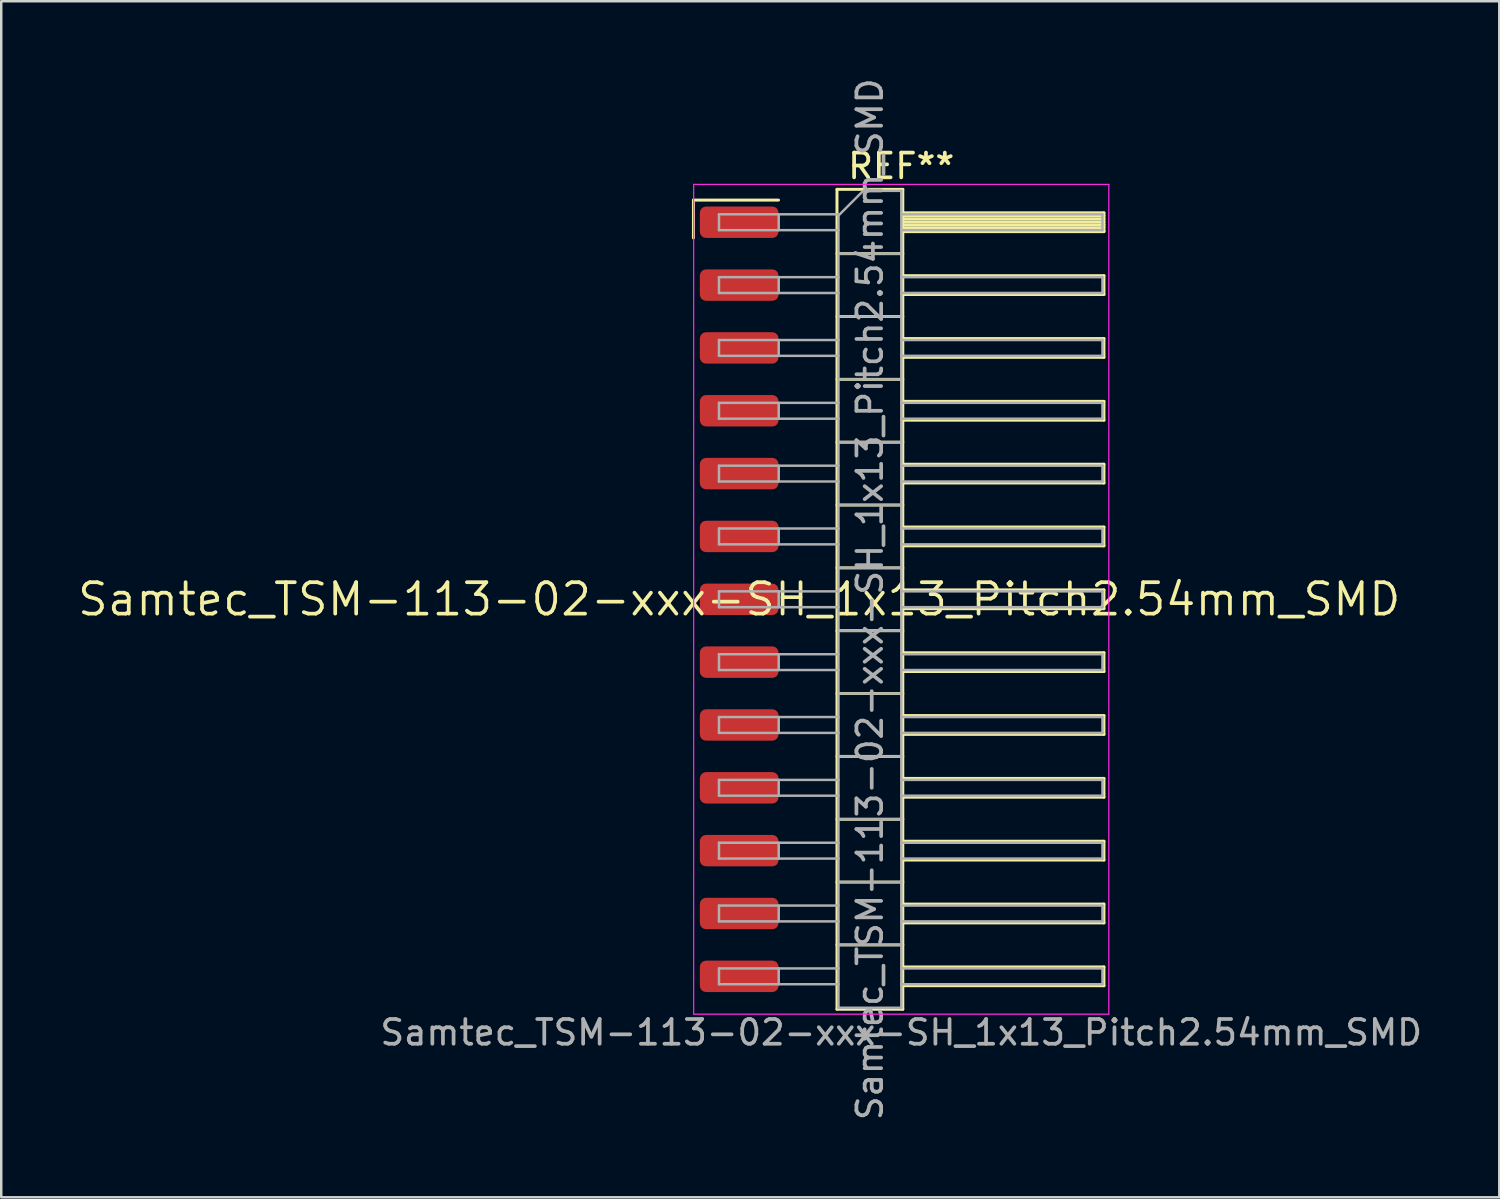
<source format=kicad_pcb>
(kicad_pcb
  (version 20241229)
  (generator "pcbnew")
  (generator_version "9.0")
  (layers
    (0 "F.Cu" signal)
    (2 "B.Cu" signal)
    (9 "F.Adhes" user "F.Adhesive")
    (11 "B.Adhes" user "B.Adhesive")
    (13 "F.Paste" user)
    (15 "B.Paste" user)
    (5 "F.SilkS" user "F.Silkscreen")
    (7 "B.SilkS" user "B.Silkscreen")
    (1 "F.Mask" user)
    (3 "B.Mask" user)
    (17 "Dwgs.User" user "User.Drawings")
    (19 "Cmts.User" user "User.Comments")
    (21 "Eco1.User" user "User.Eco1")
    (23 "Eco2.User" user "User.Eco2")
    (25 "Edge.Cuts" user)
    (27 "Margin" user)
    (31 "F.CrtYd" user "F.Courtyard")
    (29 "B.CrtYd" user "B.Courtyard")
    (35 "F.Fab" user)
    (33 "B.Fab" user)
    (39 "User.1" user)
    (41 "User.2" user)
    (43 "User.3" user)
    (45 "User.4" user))
  (footprint "Samtec_TSM-113-02-xxx-SH_1x13_Pitch2.54mm_SMD"
    (layer "F.Cu")
    (at 26.828 21.173)
    (property "Reference" "Samtec_TSM-113-02-xxx-SH_1x13_Pitch2.54mm_SMD" (at 0 0 0) (layer "F.SilkS") (effects (font (size 1.27 1.27) (thickness 0.15))))
    (attr smd)
    (fp_line (start -1.85 -16.135) (end 1.59 -16.135) (stroke (width 0.12) (type solid)) (layer "F.SilkS"))
    (fp_line (start -1.85 -14.605) (end -1.85 -16.135) (stroke (width 0.12) (type solid)) (layer "F.SilkS"))
    (fp_line (start 3.953 -16.57) (end 6.613 -16.57) (stroke (width 0.12) (type solid)) (layer "F.SilkS"))
    (fp_line (start 3.953 -13.97) (end 6.613 -13.97) (stroke (width 0.12) (type solid)) (layer "F.SilkS"))
    (fp_line (start 3.953 -11.43) (end 6.613 -11.43) (stroke (width 0.12) (type solid)) (layer "F.SilkS"))
    (fp_line (start 3.953 -8.89) (end 6.613 -8.89) (stroke (width 0.12) (type solid)) (layer "F.SilkS"))
    (fp_line (start 3.953 -6.35) (end 6.613 -6.35) (stroke (width 0.12) (type solid)) (layer "F.SilkS"))
    (fp_line (start 3.953 -3.81) (end 6.613 -3.81) (stroke (width 0.12) (type solid)) (layer "F.SilkS"))
    (fp_line (start 3.953 -1.27) (end 6.613 -1.27) (stroke (width 0.12) (type solid)) (layer "F.SilkS"))
    (fp_line (start 3.953 1.27) (end 6.613 1.27) (stroke (width 0.12) (type solid)) (layer "F.SilkS"))
    (fp_line (start 3.953 3.81) (end 6.613 3.81) (stroke (width 0.12) (type solid)) (layer "F.SilkS"))
    (fp_line (start 3.953 6.35) (end 6.613 6.35) (stroke (width 0.12) (type solid)) (layer "F.SilkS"))
    (fp_line (start 3.953 8.89) (end 6.613 8.89) (stroke (width 0.12) (type solid)) (layer "F.SilkS"))
    (fp_line (start 3.953 11.43) (end 6.613 11.43) (stroke (width 0.12) (type solid)) (layer "F.SilkS"))
    (fp_line (start 3.953 13.97) (end 6.613 13.97) (stroke (width 0.12) (type solid)) (layer "F.SilkS"))
    (fp_line (start 3.953 16.57) (end 3.953 -16.57) (stroke (width 0.12) (type solid)) (layer "F.SilkS"))
    (fp_line (start 6.613 -16.57) (end 6.613 16.57) (stroke (width 0.12) (type solid)) (layer "F.SilkS"))
    (fp_line (start 6.613 -15.62) (end 14.743 -15.62) (stroke (width 0.12) (type solid)) (layer "F.SilkS"))
    (fp_line (start 6.613 -15.5) (end 14.743 -15.5) (stroke (width 0.12) (type solid)) (layer "F.SilkS"))
    (fp_line (start 6.613 -15.38) (end 14.743 -15.38) (stroke (width 0.12) (type solid)) (layer "F.SilkS"))
    (fp_line (start 6.613 -15.26) (end 14.743 -15.26) (stroke (width 0.12) (type solid)) (layer "F.SilkS"))
    (fp_line (start 6.613 -15.14) (end 14.743 -15.14) (stroke (width 0.12) (type solid)) (layer "F.SilkS"))
    (fp_line (start 6.613 -15.02) (end 14.743 -15.02) (stroke (width 0.12) (type solid)) (layer "F.SilkS"))
    (fp_line (start 6.613 -14.9) (end 14.743 -14.9) (stroke (width 0.12) (type solid)) (layer "F.SilkS"))
    (fp_line (start 6.613 -14.86) (end 14.743 -14.86) (stroke (width 0.12) (type solid)) (layer "F.SilkS"))
    (fp_line (start 6.613 -13.08) (end 14.743 -13.08) (stroke (width 0.12) (type solid)) (layer "F.SilkS"))
    (fp_line (start 6.613 -12.32) (end 14.743 -12.32) (stroke (width 0.12) (type solid)) (layer "F.SilkS"))
    (fp_line (start 6.613 -10.54) (end 14.743 -10.54) (stroke (width 0.12) (type solid)) (layer "F.SilkS"))
    (fp_line (start 6.613 -9.78) (end 14.743 -9.78) (stroke (width 0.12) (type solid)) (layer "F.SilkS"))
    (fp_line (start 6.613 -8) (end 14.743 -8) (stroke (width 0.12) (type solid)) (layer "F.SilkS"))
    (fp_line (start 6.613 -7.24) (end 14.743 -7.24) (stroke (width 0.12) (type solid)) (layer "F.SilkS"))
    (fp_line (start 6.613 -5.46) (end 14.743 -5.46) (stroke (width 0.12) (type solid)) (layer "F.SilkS"))
    (fp_line (start 6.613 -4.7) (end 14.743 -4.7) (stroke (width 0.12) (type solid)) (layer "F.SilkS"))
    (fp_line (start 6.613 -2.92) (end 14.743 -2.92) (stroke (width 0.12) (type solid)) (layer "F.SilkS"))
    (fp_line (start 6.613 -2.16) (end 14.743 -2.16) (stroke (width 0.12) (type solid)) (layer "F.SilkS"))
    (fp_line (start 6.613 -0.38) (end 14.743 -0.38) (stroke (width 0.12) (type solid)) (layer "F.SilkS"))
    (fp_line (start 6.613 0.38) (end 14.743 0.38) (stroke (width 0.12) (type solid)) (layer "F.SilkS"))
    (fp_line (start 6.613 2.16) (end 14.743 2.16) (stroke (width 0.12) (type solid)) (layer "F.SilkS"))
    (fp_line (start 6.613 2.92) (end 14.743 2.92) (stroke (width 0.12) (type solid)) (layer "F.SilkS"))
    (fp_line (start 6.613 4.7) (end 14.743 4.7) (stroke (width 0.12) (type solid)) (layer "F.SilkS"))
    (fp_line (start 6.613 5.46) (end 14.743 5.46) (stroke (width 0.12) (type solid)) (layer "F.SilkS"))
    (fp_line (start 6.613 7.24) (end 14.743 7.24) (stroke (width 0.12) (type solid)) (layer "F.SilkS"))
    (fp_line (start 6.613 8) (end 14.743 8) (stroke (width 0.12) (type solid)) (layer "F.SilkS"))
    (fp_line (start 6.613 9.78) (end 14.743 9.78) (stroke (width 0.12) (type solid)) (layer "F.SilkS"))
    (fp_line (start 6.613 10.54) (end 14.743 10.54) (stroke (width 0.12) (type solid)) (layer "F.SilkS"))
    (fp_line (start 6.613 12.32) (end 14.743 12.32) (stroke (width 0.12) (type solid)) (layer "F.SilkS"))
    (fp_line (start 6.613 13.08) (end 14.743 13.08) (stroke (width 0.12) (type solid)) (layer "F.SilkS"))
    (fp_line (start 6.613 14.86) (end 14.743 14.86) (stroke (width 0.12) (type solid)) (layer "F.SilkS"))
    (fp_line (start 6.613 15.62) (end 14.743 15.62) (stroke (width 0.12) (type solid)) (layer "F.SilkS"))
    (fp_line (start 6.613 16.57) (end 3.953 16.57) (stroke (width 0.12) (type solid)) (layer "F.SilkS"))
    (fp_line (start 14.743 -15.62) (end 14.743 -14.86) (stroke (width 0.12) (type solid)) (layer "F.SilkS"))
    (fp_line (start 14.743 -13.08) (end 14.743 -12.32) (stroke (width 0.12) (type solid)) (layer "F.SilkS"))
    (fp_line (start 14.743 -10.54) (end 14.743 -9.78) (stroke (width 0.12) (type solid)) (layer "F.SilkS"))
    (fp_line (start 14.743 -8) (end 14.743 -7.24) (stroke (width 0.12) (type solid)) (layer "F.SilkS"))
    (fp_line (start 14.743 -5.46) (end 14.743 -4.7) (stroke (width 0.12) (type solid)) (layer "F.SilkS"))
    (fp_line (start 14.743 -2.92) (end 14.743 -2.16) (stroke (width 0.12) (type solid)) (layer "F.SilkS"))
    (fp_line (start 14.743 -0.38) (end 14.743 0.38) (stroke (width 0.12) (type solid)) (layer "F.SilkS"))
    (fp_line (start 14.743 2.16) (end 14.743 2.92) (stroke (width 0.12) (type solid)) (layer "F.SilkS"))
    (fp_line (start 14.743 4.7) (end 14.743 5.46) (stroke (width 0.12) (type solid)) (layer "F.SilkS"))
    (fp_line (start 14.743 7.24) (end 14.743 8) (stroke (width 0.12) (type solid)) (layer "F.SilkS"))
    (fp_line (start 14.743 9.78) (end 14.743 10.54) (stroke (width 0.12) (type solid)) (layer "F.SilkS"))
    (fp_line (start 14.743 12.32) (end 14.743 13.08) (stroke (width 0.12) (type solid)) (layer "F.SilkS"))
    (fp_line (start 14.743 14.86) (end 14.743 15.62) (stroke (width 0.12) (type solid)) (layer "F.SilkS"))
    (fp_line (start -1.84 -16.77) (end 14.94 -16.77) (stroke (width 0.05) (type solid)) (layer "F.CrtYd"))
    (fp_line (start -1.84 16.77) (end -1.84 -16.77) (stroke (width 0.05) (type solid)) (layer "F.CrtYd"))
    (fp_line (start 14.94 -16.77) (end 14.94 16.77) (stroke (width 0.05) (type solid)) (layer "F.CrtYd"))
    (fp_line (start 14.94 16.77) (end -1.84 16.77) (stroke (width 0.05) (type solid)) (layer "F.CrtYd"))
    (fp_line (start -0.817 -15.56) (end -0.817 -14.92) (stroke (width 0.1) (type solid)) (layer "F.Fab"))
    (fp_line (start -0.817 -15.56) (end 4.013 -15.56) (stroke (width 0.1) (type solid)) (layer "F.Fab"))
    (fp_line (start -0.817 -14.92) (end 4.013 -14.92) (stroke (width 0.1) (type solid)) (layer "F.Fab"))
    (fp_line (start -0.817 -13.02) (end -0.817 -12.38) (stroke (width 0.1) (type solid)) (layer "F.Fab"))
    (fp_line (start -0.817 -13.02) (end 4.013 -13.02) (stroke (width 0.1) (type solid)) (layer "F.Fab"))
    (fp_line (start -0.817 -12.38) (end 4.013 -12.38) (stroke (width 0.1) (type solid)) (layer "F.Fab"))
    (fp_line (start -0.817 -10.48) (end -0.817 -9.84) (stroke (width 0.1) (type solid)) (layer "F.Fab"))
    (fp_line (start -0.817 -10.48) (end 4.013 -10.48) (stroke (width 0.1) (type solid)) (layer "F.Fab"))
    (fp_line (start -0.817 -9.84) (end 4.013 -9.84) (stroke (width 0.1) (type solid)) (layer "F.Fab"))
    (fp_line (start -0.817 -7.94) (end -0.817 -7.3) (stroke (width 0.1) (type solid)) (layer "F.Fab"))
    (fp_line (start -0.817 -7.94) (end 4.013 -7.94) (stroke (width 0.1) (type solid)) (layer "F.Fab"))
    (fp_line (start -0.817 -7.3) (end 4.013 -7.3) (stroke (width 0.1) (type solid)) (layer "F.Fab"))
    (fp_line (start -0.817 -5.4) (end -0.817 -4.76) (stroke (width 0.1) (type solid)) (layer "F.Fab"))
    (fp_line (start -0.817 -5.4) (end 4.013 -5.4) (stroke (width 0.1) (type solid)) (layer "F.Fab"))
    (fp_line (start -0.817 -4.76) (end 4.013 -4.76) (stroke (width 0.1) (type solid)) (layer "F.Fab"))
    (fp_line (start -0.817 -2.86) (end -0.817 -2.22) (stroke (width 0.1) (type solid)) (layer "F.Fab"))
    (fp_line (start -0.817 -2.86) (end 4.013 -2.86) (stroke (width 0.1) (type solid)) (layer "F.Fab"))
    (fp_line (start -0.817 -2.22) (end 4.013 -2.22) (stroke (width 0.1) (type solid)) (layer "F.Fab"))
    (fp_line (start -0.817 -0.32) (end -0.817 0.32) (stroke (width 0.1) (type solid)) (layer "F.Fab"))
    (fp_line (start -0.817 -0.32) (end 4.013 -0.32) (stroke (width 0.1) (type solid)) (layer "F.Fab"))
    (fp_line (start -0.817 0.32) (end 4.013 0.32) (stroke (width 0.1) (type solid)) (layer "F.Fab"))
    (fp_line (start -0.817 2.22) (end -0.817 2.86) (stroke (width 0.1) (type solid)) (layer "F.Fab"))
    (fp_line (start -0.817 2.22) (end 4.013 2.22) (stroke (width 0.1) (type solid)) (layer "F.Fab"))
    (fp_line (start -0.817 2.86) (end 4.013 2.86) (stroke (width 0.1) (type solid)) (layer "F.Fab"))
    (fp_line (start -0.817 4.76) (end -0.817 5.4) (stroke (width 0.1) (type solid)) (layer "F.Fab"))
    (fp_line (start -0.817 4.76) (end 4.013 4.76) (stroke (width 0.1) (type solid)) (layer "F.Fab"))
    (fp_line (start -0.817 5.4) (end 4.013 5.4) (stroke (width 0.1) (type solid)) (layer "F.Fab"))
    (fp_line (start -0.817 7.3) (end -0.817 7.94) (stroke (width 0.1) (type solid)) (layer "F.Fab"))
    (fp_line (start -0.817 7.3) (end 4.013 7.3) (stroke (width 0.1) (type solid)) (layer "F.Fab"))
    (fp_line (start -0.817 7.94) (end 4.013 7.94) (stroke (width 0.1) (type solid)) (layer "F.Fab"))
    (fp_line (start -0.817 9.84) (end -0.817 10.48) (stroke (width 0.1) (type solid)) (layer "F.Fab"))
    (fp_line (start -0.817 9.84) (end 4.013 9.84) (stroke (width 0.1) (type solid)) (layer "F.Fab"))
    (fp_line (start -0.817 10.48) (end 4.013 10.48) (stroke (width 0.1) (type solid)) (layer "F.Fab"))
    (fp_line (start -0.817 12.38) (end -0.817 13.02) (stroke (width 0.1) (type solid)) (layer "F.Fab"))
    (fp_line (start -0.817 12.38) (end 4.013 12.38) (stroke (width 0.1) (type solid)) (layer "F.Fab"))
    (fp_line (start -0.817 13.02) (end 4.013 13.02) (stroke (width 0.1) (type solid)) (layer "F.Fab"))
    (fp_line (start -0.817 14.92) (end -0.817 15.56) (stroke (width 0.1) (type solid)) (layer "F.Fab"))
    (fp_line (start -0.817 14.92) (end 4.013 14.92) (stroke (width 0.1) (type solid)) (layer "F.Fab"))
    (fp_line (start -0.817 15.56) (end 4.013 15.56) (stroke (width 0.1) (type solid)) (layer "F.Fab"))
    (fp_line (start 1.598 -15.56) (end 1.598 -14.92) (stroke (width 0.1) (type solid)) (layer "F.Fab"))
    (fp_line (start 1.598 -13.02) (end 1.598 -12.38) (stroke (width 0.1) (type solid)) (layer "F.Fab"))
    (fp_line (start 1.598 -10.48) (end 1.598 -9.84) (stroke (width 0.1) (type solid)) (layer "F.Fab"))
    (fp_line (start 1.598 -7.94) (end 1.598 -7.3) (stroke (width 0.1) (type solid)) (layer "F.Fab"))
    (fp_line (start 1.598 -5.4) (end 1.598 -4.76) (stroke (width 0.1) (type solid)) (layer "F.Fab"))
    (fp_line (start 1.598 -2.86) (end 1.598 -2.22) (stroke (width 0.1) (type solid)) (layer "F.Fab"))
    (fp_line (start 1.598 -0.32) (end 1.598 0.32) (stroke (width 0.1) (type solid)) (layer "F.Fab"))
    (fp_line (start 1.598 2.22) (end 1.598 2.86) (stroke (width 0.1) (type solid)) (layer "F.Fab"))
    (fp_line (start 1.598 4.76) (end 1.598 5.4) (stroke (width 0.1) (type solid)) (layer "F.Fab"))
    (fp_line (start 1.598 7.3) (end 1.598 7.94) (stroke (width 0.1) (type solid)) (layer "F.Fab"))
    (fp_line (start 1.598 9.84) (end 1.598 10.48) (stroke (width 0.1) (type solid)) (layer "F.Fab"))
    (fp_line (start 1.598 12.38) (end 1.598 13.02) (stroke (width 0.1) (type solid)) (layer "F.Fab"))
    (fp_line (start 1.598 14.92) (end 1.598 15.56) (stroke (width 0.1) (type solid)) (layer "F.Fab"))
    (fp_line (start 4.013 -15.51) (end 5.013 -16.51) (stroke (width 0.1) (type solid)) (layer "F.Fab"))
    (fp_line (start 4.013 -13.97) (end 6.553 -13.97) (stroke (width 0.1) (type solid)) (layer "F.Fab"))
    (fp_line (start 4.013 -11.43) (end 6.553 -11.43) (stroke (width 0.1) (type solid)) (layer "F.Fab"))
    (fp_line (start 4.013 -8.89) (end 6.553 -8.89) (stroke (width 0.1) (type solid)) (layer "F.Fab"))
    (fp_line (start 4.013 -6.35) (end 6.553 -6.35) (stroke (width 0.1) (type solid)) (layer "F.Fab"))
    (fp_line (start 4.013 -3.81) (end 6.553 -3.81) (stroke (width 0.1) (type solid)) (layer "F.Fab"))
    (fp_line (start 4.013 -1.27) (end 6.553 -1.27) (stroke (width 0.1) (type solid)) (layer "F.Fab"))
    (fp_line (start 4.013 1.27) (end 6.553 1.27) (stroke (width 0.1) (type solid)) (layer "F.Fab"))
    (fp_line (start 4.013 3.81) (end 6.553 3.81) (stroke (width 0.1) (type solid)) (layer "F.Fab"))
    (fp_line (start 4.013 6.35) (end 6.553 6.35) (stroke (width 0.1) (type solid)) (layer "F.Fab"))
    (fp_line (start 4.013 8.89) (end 6.553 8.89) (stroke (width 0.1) (type solid)) (layer "F.Fab"))
    (fp_line (start 4.013 11.43) (end 6.553 11.43) (stroke (width 0.1) (type solid)) (layer "F.Fab"))
    (fp_line (start 4.013 13.97) (end 6.553 13.97) (stroke (width 0.1) (type solid)) (layer "F.Fab"))
    (fp_line (start 4.013 16.51) (end 4.013 -15.51) (stroke (width 0.1) (type solid)) (layer "F.Fab"))
    (fp_line (start 5.013 -16.51) (end 6.553 -16.51) (stroke (width 0.1) (type solid)) (layer "F.Fab"))
    (fp_line (start 6.553 -16.51) (end 6.553 16.51) (stroke (width 0.1) (type solid)) (layer "F.Fab"))
    (fp_line (start 6.553 -15.56) (end 14.683 -15.56) (stroke (width 0.1) (type solid)) (layer "F.Fab"))
    (fp_line (start 6.553 -14.92) (end 14.683 -14.92) (stroke (width 0.1) (type solid)) (layer "F.Fab"))
    (fp_line (start 6.553 -13.02) (end 14.683 -13.02) (stroke (width 0.1) (type solid)) (layer "F.Fab"))
    (fp_line (start 6.553 -12.38) (end 14.683 -12.38) (stroke (width 0.1) (type solid)) (layer "F.Fab"))
    (fp_line (start 6.553 -10.48) (end 14.683 -10.48) (stroke (width 0.1) (type solid)) (layer "F.Fab"))
    (fp_line (start 6.553 -9.84) (end 14.683 -9.84) (stroke (width 0.1) (type solid)) (layer "F.Fab"))
    (fp_line (start 6.553 -7.94) (end 14.683 -7.94) (stroke (width 0.1) (type solid)) (layer "F.Fab"))
    (fp_line (start 6.553 -7.3) (end 14.683 -7.3) (stroke (width 0.1) (type solid)) (layer "F.Fab"))
    (fp_line (start 6.553 -5.4) (end 14.683 -5.4) (stroke (width 0.1) (type solid)) (layer "F.Fab"))
    (fp_line (start 6.553 -4.76) (end 14.683 -4.76) (stroke (width 0.1) (type solid)) (layer "F.Fab"))
    (fp_line (start 6.553 -2.86) (end 14.683 -2.86) (stroke (width 0.1) (type solid)) (layer "F.Fab"))
    (fp_line (start 6.553 -2.22) (end 14.683 -2.22) (stroke (width 0.1) (type solid)) (layer "F.Fab"))
    (fp_line (start 6.553 -0.32) (end 14.683 -0.32) (stroke (width 0.1) (type solid)) (layer "F.Fab"))
    (fp_line (start 6.553 0.32) (end 14.683 0.32) (stroke (width 0.1) (type solid)) (layer "F.Fab"))
    (fp_line (start 6.553 2.22) (end 14.683 2.22) (stroke (width 0.1) (type solid)) (layer "F.Fab"))
    (fp_line (start 6.553 2.86) (end 14.683 2.86) (stroke (width 0.1) (type solid)) (layer "F.Fab"))
    (fp_line (start 6.553 4.76) (end 14.683 4.76) (stroke (width 0.1) (type solid)) (layer "F.Fab"))
    (fp_line (start 6.553 5.4) (end 14.683 5.4) (stroke (width 0.1) (type solid)) (layer "F.Fab"))
    (fp_line (start 6.553 7.3) (end 14.683 7.3) (stroke (width 0.1) (type solid)) (layer "F.Fab"))
    (fp_line (start 6.553 7.94) (end 14.683 7.94) (stroke (width 0.1) (type solid)) (layer "F.Fab"))
    (fp_line (start 6.553 9.84) (end 14.683 9.84) (stroke (width 0.1) (type solid)) (layer "F.Fab"))
    (fp_line (start 6.553 10.48) (end 14.683 10.48) (stroke (width 0.1) (type solid)) (layer "F.Fab"))
    (fp_line (start 6.553 12.38) (end 14.683 12.38) (stroke (width 0.1) (type solid)) (layer "F.Fab"))
    (fp_line (start 6.553 13.02) (end 14.683 13.02) (stroke (width 0.1) (type solid)) (layer "F.Fab"))
    (fp_line (start 6.553 14.92) (end 14.683 14.92) (stroke (width 0.1) (type solid)) (layer "F.Fab"))
    (fp_line (start 6.553 15.56) (end 14.683 15.56) (stroke (width 0.1) (type solid)) (layer "F.Fab"))
    (fp_line (start 6.553 16.51) (end 4.013 16.51) (stroke (width 0.1) (type solid)) (layer "F.Fab"))
    (fp_line (start 14.683 -15.56) (end 14.683 -14.92) (stroke (width 0.1) (type solid)) (layer "F.Fab"))
    (fp_line (start 14.683 -13.02) (end 14.683 -12.38) (stroke (width 0.1) (type solid)) (layer "F.Fab"))
    (fp_line (start 14.683 -10.48) (end 14.683 -9.84) (stroke (width 0.1) (type solid)) (layer "F.Fab"))
    (fp_line (start 14.683 -7.94) (end 14.683 -7.3) (stroke (width 0.1) (type solid)) (layer "F.Fab"))
    (fp_line (start 14.683 -5.4) (end 14.683 -4.76) (stroke (width 0.1) (type solid)) (layer "F.Fab"))
    (fp_line (start 14.683 -2.86) (end 14.683 -2.22) (stroke (width 0.1) (type solid)) (layer "F.Fab"))
    (fp_line (start 14.683 -0.32) (end 14.683 0.32) (stroke (width 0.1) (type solid)) (layer "F.Fab"))
    (fp_line (start 14.683 2.22) (end 14.683 2.86) (stroke (width 0.1) (type solid)) (layer "F.Fab"))
    (fp_line (start 14.683 4.76) (end 14.683 5.4) (stroke (width 0.1) (type solid)) (layer "F.Fab"))
    (fp_line (start 14.683 7.3) (end 14.683 7.94) (stroke (width 0.1) (type solid)) (layer "F.Fab"))
    (fp_line (start 14.683 9.84) (end 14.683 10.48) (stroke (width 0.1) (type solid)) (layer "F.Fab"))
    (fp_line (start 14.683 12.38) (end 14.683 13.02) (stroke (width 0.1) (type solid)) (layer "F.Fab"))
    (fp_line (start 14.683 14.92) (end 14.683 15.56) (stroke (width 0.1) (type solid)) (layer "F.Fab"))
    (fp_text user "REF**" (at 6.55 -17.51 0) (layer "F.SilkS") (effects (font (size 1 1) (thickness 0.15))))
    (fp_text user "Samtec_TSM-113-02-xxx-SH_1x13_Pitch2.54mm_SMD" (at 6.55 17.51 0) (layer "F.Fab") (effects (font (size 1 1) (thickness 0.15))))
    (fp_text user "${REFERENCE}" (at 5.283 0 90) (layer "F.Fab") (effects (font (size 1 1) (thickness 0.15))))
    (pad "1" smd roundrect (at 0 -15.24) (size 3.18 1.27) (layers "F.Cu" "F.Mask" "F.Paste") (roundrect_rratio 0.197))
    (pad "2" smd roundrect (at 0 -12.7) (size 3.18 1.27) (layers "F.Cu" "F.Mask" "F.Paste") (roundrect_rratio 0.197))
    (pad "3" smd roundrect (at 0 -10.16) (size 3.18 1.27) (layers "F.Cu" "F.Mask" "F.Paste") (roundrect_rratio 0.197))
    (pad "4" smd roundrect (at 0 -7.62) (size 3.18 1.27) (layers "F.Cu" "F.Mask" "F.Paste") (roundrect_rratio 0.197))
    (pad "5" smd roundrect (at 0 -5.08) (size 3.18 1.27) (layers "F.Cu" "F.Mask" "F.Paste") (roundrect_rratio 0.197))
    (pad "6" smd roundrect (at 0 -2.54) (size 3.18 1.27) (layers "F.Cu" "F.Mask" "F.Paste") (roundrect_rratio 0.197))
    (pad "7" smd roundrect (at 0 0) (size 3.18 1.27) (layers "F.Cu" "F.Mask" "F.Paste") (roundrect_rratio 0.197))
    (pad "8" smd roundrect (at 0 2.54) (size 3.18 1.27) (layers "F.Cu" "F.Mask" "F.Paste") (roundrect_rratio 0.197))
    (pad "9" smd roundrect (at 0 5.08) (size 3.18 1.27) (layers "F.Cu" "F.Mask" "F.Paste") (roundrect_rratio 0.197))
    (pad "10" smd roundrect (at 0 7.62) (size 3.18 1.27) (layers "F.Cu" "F.Mask" "F.Paste") (roundrect_rratio 0.197))
    (pad "11" smd roundrect (at 0 10.16) (size 3.18 1.27) (layers "F.Cu" "F.Mask" "F.Paste") (roundrect_rratio 0.197))
    (pad "12" smd roundrect (at 0 12.7) (size 3.18 1.27) (layers "F.Cu" "F.Mask" "F.Paste") (roundrect_rratio 0.197))
    (pad "13" smd roundrect (at 0 15.24) (size 3.18 1.27) (layers "F.Cu" "F.Mask" "F.Paste") (roundrect_rratio 0.197)))
  (gr_rect
    (start -3 -3)
    (end 57.551 45.345)
    (stroke (width 0.1) (type default))
    (fill no)
    (layer "Edge.Cuts")))
</source>
